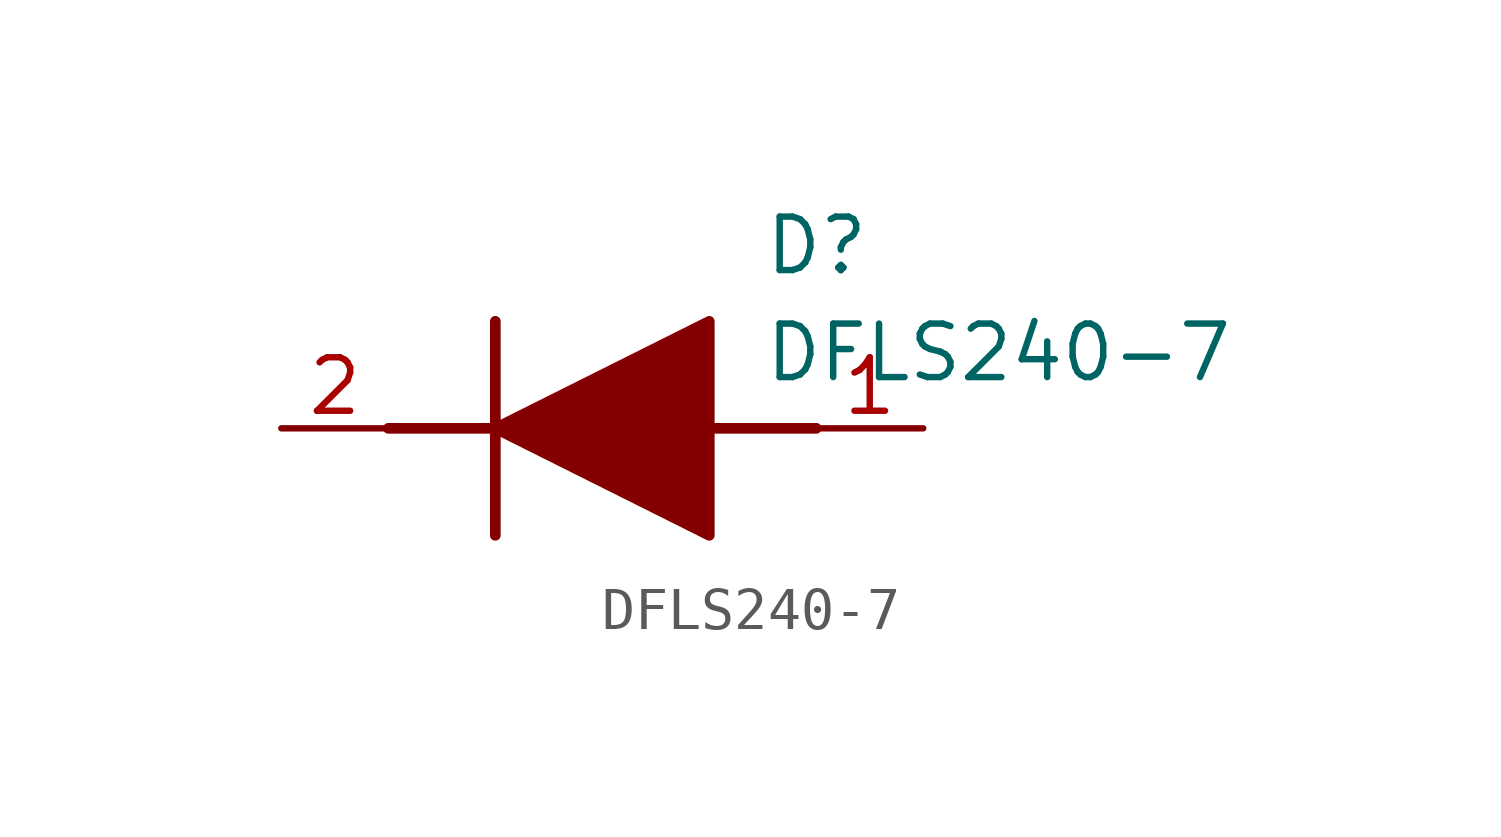
<source format=kicad_sym>
(kicad_symbol_lib
  (version 20211014)
  (generator SamacSys_ECAD_Model)
  (symbol "DFLS240-7"
    (pin_names hide)
    (property "Reference" "D"
      (at 11.43 5.08 0)
      (effects (font (size 1.27 1.27)) (justify left top)))
    (property "Value" "DFLS240-7"
      (at 11.43 2.54 0)
      (effects (font (size 1.27 1.27)) (justify left top)))
    (polyline
      (pts (xy 5.08 2.54) (xy 5.08 -2.54))
      (stroke (width 0.254) (type default))
      (fill (type none)))
    (polyline
      (pts (xy 2.54 0) (xy 5.08 0))
      (stroke (width 0.254) (type default))
      (fill (type none)))
    (polyline
      (pts (xy 10.16 0) (xy 12.7 0))
      (stroke (width 0.254) (type default))
      (fill (type none)))
    (polyline
      (pts (xy 5.08 0) (xy 10.16 2.54) (xy 10.16 -2.54) (xy 5.08 0))
      (stroke (width 0.254) (type default))
      (fill (type outline)))
    (pin passive line
      (at 0 0 0)
      (length 2.54)
      (name "K" (effects (font (size 1.27 1.27))))
      (number "2" (effects (font (size 1.27 1.27)))))
    (pin passive line
      (at 15.24 0 180)
      (length 2.54)
      (name "A" (effects (font (size 1.27 1.27))))
      (number "1" (effects (font (size 1.27 1.27)))))))
</source>
